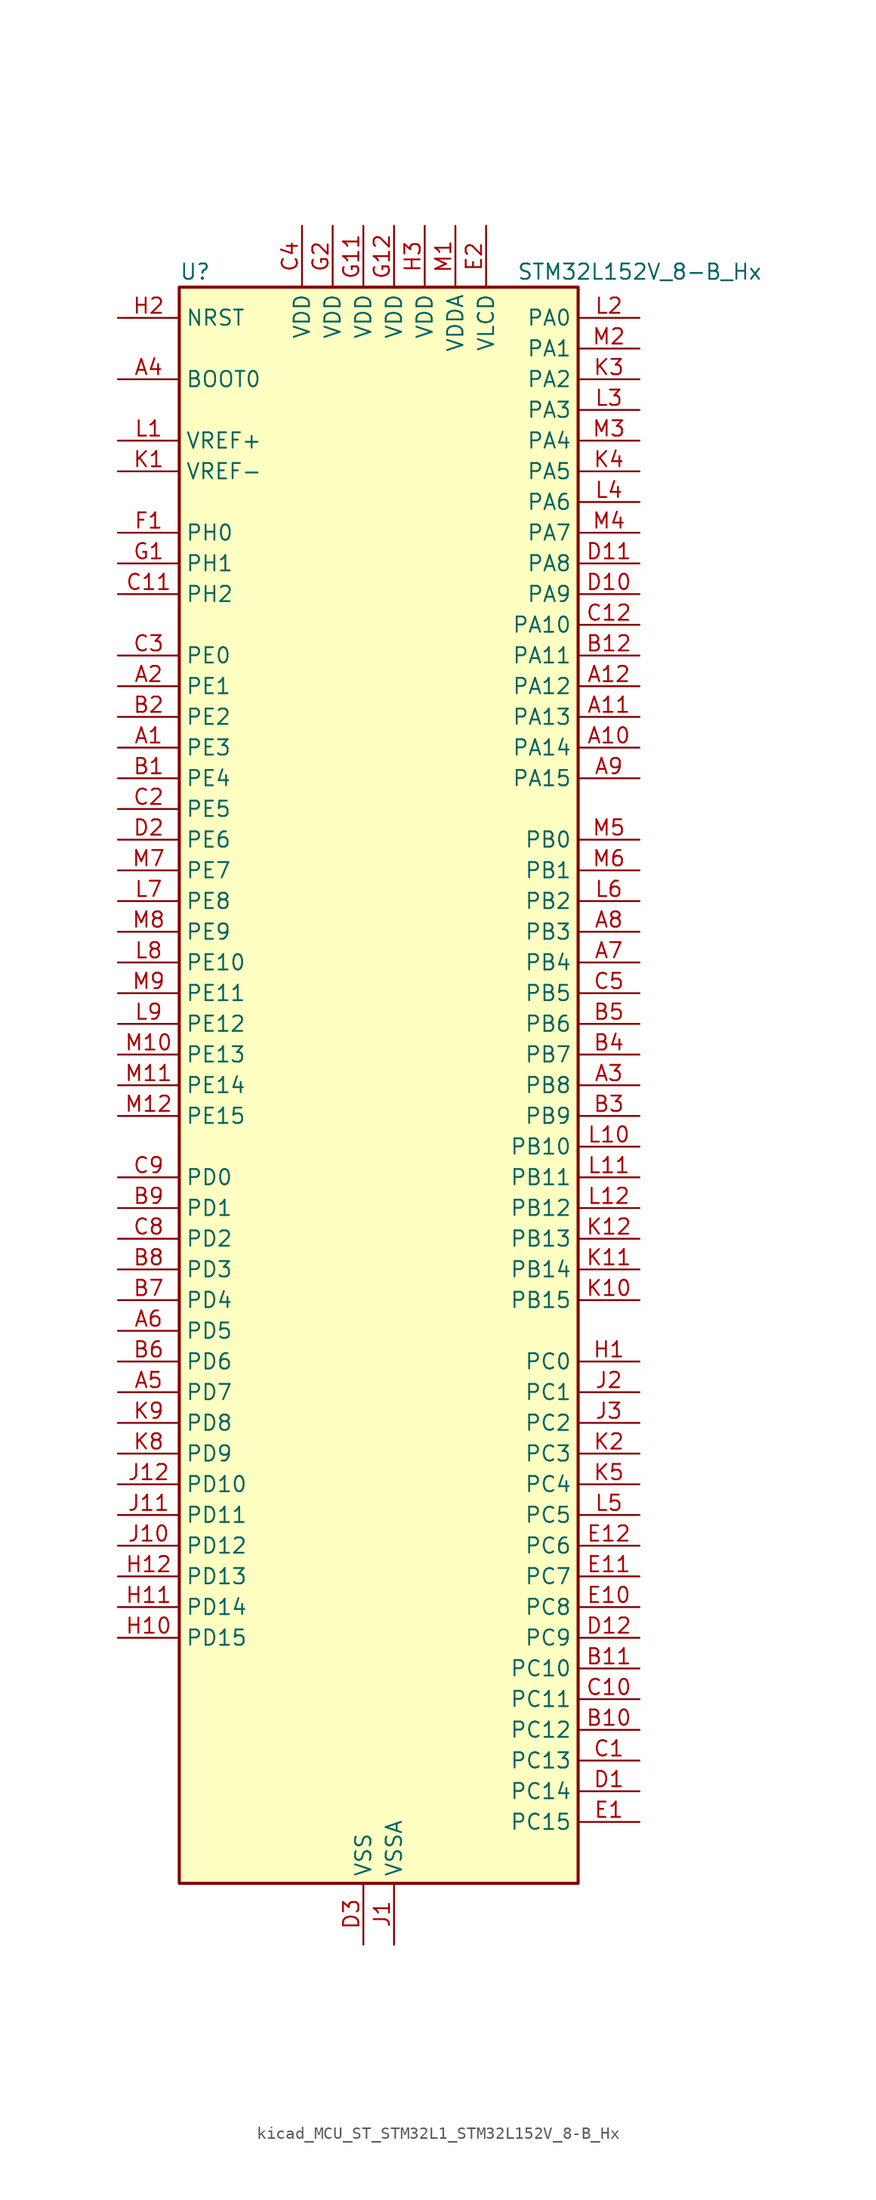
<source format=kicad_sym>
(kicad_symbol_lib
  (version 20220914)
  (generator kicad_symbol_editor)
  (symbol "kicad_MCU_ST_STM32L1_STM32L152V_8-B_Hx"
    (property "Reference" "U"
      (at -15.24 67.31 0)
      (effects (font (size 1.27 1.27)) (justify left)))
    (property "Value" "STM32L152V_8-B_Hx"
      (at 12.7 67.31 0)
      (effects (font (size 1.27 1.27)) (justify left)))
    (property "ki_locked" ""
      (at 0 0 0)
      (effects (font (size 1.27 1.27))))
    (symbol "kicad_MCU_ST_STM32L1_STM32L152V_8-B_Hx_0_1"
      (rectangle (start -15.24 -66.04) (end 17.78 66.04) (stroke (width 0.254) (type default)) (fill (type background))))
    (symbol "kicad_MCU_ST_STM32L1_STM32L152V_8-B_Hx_1_1"
      (pin bidirectional line (at -20.32 27.94 0) (length 5.08) (name "PE3" (effects (font (size 1.27 1.27)))) (number "A1" (effects (font (size 1.27 1.27)))) (alternate "LCD_SEG39" bidirectional line) (alternate "SYS_TRACED0" bidirectional line) (alternate "TIM3_CH1" bidirectional line) (alternate "TIMX_IC4" bidirectional line))
      (pin bidirectional line (at 22.86 27.94 180) (length 5.08) (name "PA14" (effects (font (size 1.27 1.27)))) (number "A10" (effects (font (size 1.27 1.27)))) (alternate "SYS_JTCK-SWCLK" bidirectional line) (alternate "TIMX_IC3" bidirectional line) (alternate "TS_G5_IO2" bidirectional line))
      (pin bidirectional line (at 22.86 30.48 180) (length 5.08) (name "PA13" (effects (font (size 1.27 1.27)))) (number "A11" (effects (font (size 1.27 1.27)))) (alternate "SYS_JTMS-SWDIO" bidirectional line) (alternate "TIMX_IC2" bidirectional line) (alternate "TS_G5_IO1" bidirectional line))
      (pin bidirectional line (at 22.86 33.02 180) (length 5.08) (name "PA12" (effects (font (size 1.27 1.27)))) (number "A12" (effects (font (size 1.27 1.27)))) (alternate "SPI1_MOSI" bidirectional line) (alternate "TIMX_IC1" bidirectional line) (alternate "USART1_RTS" bidirectional line) (alternate "USB_DP" bidirectional line))
      (pin bidirectional line (at -20.32 33.02 0) (length 5.08) (name "PE1" (effects (font (size 1.27 1.27)))) (number "A2" (effects (font (size 1.27 1.27)))) (alternate "LCD_SEG37" bidirectional line) (alternate "TIM11_CH1" bidirectional line) (alternate "TIMX_IC2" bidirectional line))
      (pin bidirectional line (at 22.86 0 180) (length 5.08) (name "PB8" (effects (font (size 1.27 1.27)))) (number "A3" (effects (font (size 1.27 1.27)))) (alternate "I2C1_SCL" bidirectional line) (alternate "LCD_SEG16" bidirectional line) (alternate "TIM10_CH1" bidirectional line) (alternate "TIM4_CH3" bidirectional line))
      (pin input line (at -20.32 58.42 0) (length 5.08) (name "BOOT0" (effects (font (size 1.27 1.27)))) (number "A4" (effects (font (size 1.27 1.27)))))
      (pin bidirectional line (at -20.32 -25.4 0) (length 5.08) (name "PD7" (effects (font (size 1.27 1.27)))) (number "A5" (effects (font (size 1.27 1.27)))) (alternate "TIM9_CH2" bidirectional line) (alternate "TIMX_IC4" bidirectional line) (alternate "USART2_CK" bidirectional line))
      (pin bidirectional line (at -20.32 -20.32 0) (length 5.08) (name "PD5" (effects (font (size 1.27 1.27)))) (number "A6" (effects (font (size 1.27 1.27)))) (alternate "TIMX_IC2" bidirectional line) (alternate "USART2_TX" bidirectional line))
      (pin bidirectional line (at 22.86 10.16 180) (length 5.08) (name "PB4" (effects (font (size 1.27 1.27)))) (number "A7" (effects (font (size 1.27 1.27)))) (alternate "COMP2_INP" bidirectional line) (alternate "LCD_SEG8" bidirectional line) (alternate "SPI1_MISO" bidirectional line) (alternate "SYS_JTRST" bidirectional line) (alternate "TIM3_CH1" bidirectional line) (alternate "TS_G6_IO1" bidirectional line))
      (pin bidirectional line (at 22.86 12.7 180) (length 5.08) (name "PB3" (effects (font (size 1.27 1.27)))) (number "A8" (effects (font (size 1.27 1.27)))) (alternate "COMP2_INM" bidirectional line) (alternate "LCD_SEG7" bidirectional line) (alternate "SPI1_SCK" bidirectional line) (alternate "SYS_JTDO-TRACESWO" bidirectional line) (alternate "TIM2_CH2" bidirectional line))
      (pin bidirectional line (at 22.86 25.4 180) (length 5.08) (name "PA15" (effects (font (size 1.27 1.27)))) (number "A9" (effects (font (size 1.27 1.27)))) (alternate "ADC_EXTI15" bidirectional line) (alternate "LCD_SEG17" bidirectional line) (alternate "SPI1_NSS" bidirectional line) (alternate "SYS_JTDI" bidirectional line) (alternate "TIM2_CH1" bidirectional line) (alternate "TIM2_ETR" bidirectional line) (alternate "TIMX_IC4" bidirectional line) (alternate "TS_G5_IO3" bidirectional line))
      (pin bidirectional line (at -20.32 25.4 0) (length 5.08) (name "PE4" (effects (font (size 1.27 1.27)))) (number "B1" (effects (font (size 1.27 1.27)))) (alternate "SYS_TRACED1" bidirectional line) (alternate "TIM3_CH2" bidirectional line) (alternate "TIMX_IC1" bidirectional line))
      (pin bidirectional line (at 22.86 -53.34 180) (length 5.08) (name "PC12" (effects (font (size 1.27 1.27)))) (number "B10" (effects (font (size 1.27 1.27)))) (alternate "LCD_COM6" bidirectional line) (alternate "LCD_SEG30" bidirectional line) (alternate "LCD_SEG42" bidirectional line) (alternate "TIMX_IC1" bidirectional line) (alternate "USART3_CK" bidirectional line))
      (pin bidirectional line (at 22.86 -48.26 180) (length 5.08) (name "PC10" (effects (font (size 1.27 1.27)))) (number "B11" (effects (font (size 1.27 1.27)))) (alternate "LCD_COM4" bidirectional line) (alternate "LCD_SEG28" bidirectional line) (alternate "LCD_SEG40" bidirectional line) (alternate "TIMX_IC3" bidirectional line) (alternate "USART3_TX" bidirectional line))
      (pin bidirectional line (at 22.86 35.56 180) (length 5.08) (name "PA11" (effects (font (size 1.27 1.27)))) (number "B12" (effects (font (size 1.27 1.27)))) (alternate "ADC_EXTI11" bidirectional line) (alternate "SPI1_MISO" bidirectional line) (alternate "TIMX_IC4" bidirectional line) (alternate "USART1_CTS" bidirectional line) (alternate "USB_DM" bidirectional line))
      (pin bidirectional line (at -20.32 30.48 0) (length 5.08) (name "PE2" (effects (font (size 1.27 1.27)))) (number "B2" (effects (font (size 1.27 1.27)))) (alternate "LCD_SEG38" bidirectional line) (alternate "SYS_TRACECK" bidirectional line) (alternate "TIM3_ETR" bidirectional line) (alternate "TIMX_IC3" bidirectional line))
      (pin bidirectional line (at 22.86 -2.54 180) (length 5.08) (name "PB9" (effects (font (size 1.27 1.27)))) (number "B3" (effects (font (size 1.27 1.27)))) (alternate "DAC_EXTI9" bidirectional line) (alternate "I2C1_SDA" bidirectional line) (alternate "LCD_COM3" bidirectional line) (alternate "TIM11_CH1" bidirectional line) (alternate "TIM4_CH4" bidirectional line))
      (pin bidirectional line (at 22.86 2.54 180) (length 5.08) (name "PB7" (effects (font (size 1.27 1.27)))) (number "B4" (effects (font (size 1.27 1.27)))) (alternate "I2C1_SDA" bidirectional line) (alternate "SYS_PVD_IN" bidirectional line) (alternate "TIM4_CH2" bidirectional line) (alternate "USART1_RX" bidirectional line))
      (pin bidirectional line (at 22.86 5.08 180) (length 5.08) (name "PB6" (effects (font (size 1.27 1.27)))) (number "B5" (effects (font (size 1.27 1.27)))) (alternate "I2C1_SCL" bidirectional line) (alternate "TIM4_CH1" bidirectional line) (alternate "USART1_TX" bidirectional line))
      (pin bidirectional line (at -20.32 -22.86 0) (length 5.08) (name "PD6" (effects (font (size 1.27 1.27)))) (number "B6" (effects (font (size 1.27 1.27)))) (alternate "TIMX_IC3" bidirectional line) (alternate "USART2_RX" bidirectional line))
      (pin bidirectional line (at -20.32 -17.78 0) (length 5.08) (name "PD4" (effects (font (size 1.27 1.27)))) (number "B7" (effects (font (size 1.27 1.27)))) (alternate "SPI2_MOSI" bidirectional line) (alternate "TIMX_IC1" bidirectional line) (alternate "USART2_RTS" bidirectional line))
      (pin bidirectional line (at -20.32 -15.24 0) (length 5.08) (name "PD3" (effects (font (size 1.27 1.27)))) (number "B8" (effects (font (size 1.27 1.27)))) (alternate "SPI2_MISO" bidirectional line) (alternate "TIMX_IC4" bidirectional line) (alternate "USART2_CTS" bidirectional line))
      (pin bidirectional line (at -20.32 -10.16 0) (length 5.08) (name "PD1" (effects (font (size 1.27 1.27)))) (number "B9" (effects (font (size 1.27 1.27)))) (alternate "SPI2_SCK" bidirectional line) (alternate "TIMX_IC2" bidirectional line))
      (pin bidirectional line (at 22.86 -55.88 180) (length 5.08) (name "PC13" (effects (font (size 1.27 1.27)))) (number "C1" (effects (font (size 1.27 1.27)))) (alternate "RTC_OUT_ALARM" bidirectional line) (alternate "RTC_OUT_CALIB" bidirectional line) (alternate "RTC_TAMP1" bidirectional line) (alternate "RTC_TS" bidirectional line) (alternate "SYS_WKUP2" bidirectional line) (alternate "TIMX_IC2" bidirectional line))
      (pin bidirectional line (at 22.86 -50.8 180) (length 5.08) (name "PC11" (effects (font (size 1.27 1.27)))) (number "C10" (effects (font (size 1.27 1.27)))) (alternate "ADC_EXTI11" bidirectional line) (alternate "LCD_COM5" bidirectional line) (alternate "LCD_SEG29" bidirectional line) (alternate "LCD_SEG41" bidirectional line) (alternate "TIMX_IC4" bidirectional line) (alternate "USART3_RX" bidirectional line))
      (pin bidirectional line (at -20.32 40.64 0) (length 5.08) (name "PH2" (effects (font (size 1.27 1.27)))) (number "C11" (effects (font (size 1.27 1.27)))))
      (pin bidirectional line (at 22.86 38.1 180) (length 5.08) (name "PA10" (effects (font (size 1.27 1.27)))) (number "C12" (effects (font (size 1.27 1.27)))) (alternate "LCD_COM2" bidirectional line) (alternate "TIMX_IC3" bidirectional line) (alternate "TS_G4_IO3" bidirectional line) (alternate "USART1_RX" bidirectional line))
      (pin bidirectional line (at -20.32 22.86 0) (length 5.08) (name "PE5" (effects (font (size 1.27 1.27)))) (number "C2" (effects (font (size 1.27 1.27)))) (alternate "SYS_TRACED2" bidirectional line) (alternate "TIM9_CH1" bidirectional line) (alternate "TIMX_IC2" bidirectional line))
      (pin bidirectional line (at -20.32 35.56 0) (length 5.08) (name "PE0" (effects (font (size 1.27 1.27)))) (number "C3" (effects (font (size 1.27 1.27)))) (alternate "LCD_SEG36" bidirectional line) (alternate "TIM10_CH1" bidirectional line) (alternate "TIM4_ETR" bidirectional line) (alternate "TIMX_IC1" bidirectional line))
      (pin power_in line (at -5.08 71.12 270) (length 5.08) (name "VDD" (effects (font (size 1.27 1.27)))) (number "C4" (effects (font (size 1.27 1.27)))))
      (pin bidirectional line (at 22.86 7.62 180) (length 5.08) (name "PB5" (effects (font (size 1.27 1.27)))) (number "C5" (effects (font (size 1.27 1.27)))) (alternate "COMP2_INP" bidirectional line) (alternate "I2C1_SMBA" bidirectional line) (alternate "LCD_SEG9" bidirectional line) (alternate "SPI1_MOSI" bidirectional line) (alternate "TIM3_CH2" bidirectional line) (alternate "TS_G6_IO2" bidirectional line))
      (pin bidirectional line (at -20.32 -12.7 0) (length 5.08) (name "PD2" (effects (font (size 1.27 1.27)))) (number "C8" (effects (font (size 1.27 1.27)))) (alternate "LCD_COM7" bidirectional line) (alternate "LCD_SEG31" bidirectional line) (alternate "LCD_SEG43" bidirectional line) (alternate "TIM3_ETR" bidirectional line) (alternate "TIMX_IC3" bidirectional line))
      (pin bidirectional line (at -20.32 -7.62 0) (length 5.08) (name "PD0" (effects (font (size 1.27 1.27)))) (number "C9" (effects (font (size 1.27 1.27)))) (alternate "SPI2_NSS" bidirectional line) (alternate "TIM9_CH1" bidirectional line) (alternate "TIMX_IC1" bidirectional line))
      (pin bidirectional line (at 22.86 -58.42 180) (length 5.08) (name "PC14" (effects (font (size 1.27 1.27)))) (number "D1" (effects (font (size 1.27 1.27)))) (alternate "RCC_OSC32_IN" bidirectional line) (alternate "TIMX_IC3" bidirectional line))
      (pin bidirectional line (at 22.86 40.64 180) (length 5.08) (name "PA9" (effects (font (size 1.27 1.27)))) (number "D10" (effects (font (size 1.27 1.27)))) (alternate "DAC_EXTI9" bidirectional line) (alternate "LCD_COM1" bidirectional line) (alternate "TIMX_IC2" bidirectional line) (alternate "TS_G4_IO2" bidirectional line) (alternate "USART1_TX" bidirectional line))
      (pin bidirectional line (at 22.86 43.18 180) (length 5.08) (name "PA8" (effects (font (size 1.27 1.27)))) (number "D11" (effects (font (size 1.27 1.27)))) (alternate "LCD_COM0" bidirectional line) (alternate "RCC_MCO" bidirectional line) (alternate "TIMX_IC1" bidirectional line) (alternate "TS_G4_IO1" bidirectional line) (alternate "USART1_CK" bidirectional line))
      (pin bidirectional line (at 22.86 -45.72 180) (length 5.08) (name "PC9" (effects (font (size 1.27 1.27)))) (number "D12" (effects (font (size 1.27 1.27)))) (alternate "DAC_EXTI9" bidirectional line) (alternate "LCD_SEG27" bidirectional line) (alternate "TIM3_CH4" bidirectional line) (alternate "TIMX_IC2" bidirectional line) (alternate "TS_G10_IO4" bidirectional line))
      (pin bidirectional line (at -20.32 20.32 0) (length 5.08) (name "PE6" (effects (font (size 1.27 1.27)))) (number "D2" (effects (font (size 1.27 1.27)))) (alternate "SYS_TRACED3" bidirectional line) (alternate "SYS_WKUP3" bidirectional line) (alternate "TIM9_CH2" bidirectional line) (alternate "TIMX_IC3" bidirectional line))
      (pin power_in line (at 0 -71.12 90) (length 5.08) (name "VSS" (effects (font (size 1.27 1.27)))) (number "D3" (effects (font (size 1.27 1.27)))))
      (pin bidirectional line (at 22.86 -60.96 180) (length 5.08) (name "PC15" (effects (font (size 1.27 1.27)))) (number "E1" (effects (font (size 1.27 1.27)))) (alternate "ADC_EXTI15" bidirectional line) (alternate "RCC_OSC32_OUT" bidirectional line) (alternate "TIMX_IC4" bidirectional line))
      (pin bidirectional line (at 22.86 -43.18 180) (length 5.08) (name "PC8" (effects (font (size 1.27 1.27)))) (number "E10" (effects (font (size 1.27 1.27)))) (alternate "LCD_SEG26" bidirectional line) (alternate "TIM3_CH3" bidirectional line) (alternate "TIMX_IC1" bidirectional line) (alternate "TS_G10_IO3" bidirectional line))
      (pin bidirectional line (at 22.86 -40.64 180) (length 5.08) (name "PC7" (effects (font (size 1.27 1.27)))) (number "E11" (effects (font (size 1.27 1.27)))) (alternate "LCD_SEG25" bidirectional line) (alternate "TIM3_CH2" bidirectional line) (alternate "TIMX_IC4" bidirectional line) (alternate "TS_G10_IO2" bidirectional line))
      (pin bidirectional line (at 22.86 -38.1 180) (length 5.08) (name "PC6" (effects (font (size 1.27 1.27)))) (number "E12" (effects (font (size 1.27 1.27)))) (alternate "LCD_SEG24" bidirectional line) (alternate "TIM3_CH1" bidirectional line) (alternate "TIMX_IC3" bidirectional line) (alternate "TS_G10_IO1" bidirectional line))
      (pin power_in line (at 10.16 71.12 270) (length 5.08) (name "VLCD" (effects (font (size 1.27 1.27)))) (number "E2" (effects (font (size 1.27 1.27)))))
      (pin passive line (at 0 -71.12 90) (length 5.08) hide (name "VSS" (effects (font (size 1.27 1.27)))) (number "E3" (effects (font (size 1.27 1.27)))))
      (pin bidirectional line (at -20.32 45.72 0) (length 5.08) (name "PH0" (effects (font (size 1.27 1.27)))) (number "F1" (effects (font (size 1.27 1.27)))) (alternate "RCC_OSC_IN" bidirectional line))
      (pin passive line (at 0 -71.12 90) (length 5.08) hide (name "VSS" (effects (font (size 1.27 1.27)))) (number "F11" (effects (font (size 1.27 1.27)))))
      (pin passive line (at 0 -71.12 90) (length 5.08) hide (name "VSS" (effects (font (size 1.27 1.27)))) (number "F12" (effects (font (size 1.27 1.27)))))
      (pin passive line (at 0 -71.12 90) (length 5.08) hide (name "VSS" (effects (font (size 1.27 1.27)))) (number "F2" (effects (font (size 1.27 1.27)))))
      (pin bidirectional line (at -20.32 43.18 0) (length 5.08) (name "PH1" (effects (font (size 1.27 1.27)))) (number "G1" (effects (font (size 1.27 1.27)))) (alternate "RCC_OSC_OUT" bidirectional line))
      (pin power_in line (at 0 71.12 270) (length 5.08) (name "VDD" (effects (font (size 1.27 1.27)))) (number "G11" (effects (font (size 1.27 1.27)))))
      (pin power_in line (at 2.54 71.12 270) (length 5.08) (name "VDD" (effects (font (size 1.27 1.27)))) (number "G12" (effects (font (size 1.27 1.27)))))
      (pin power_in line (at -2.54 71.12 270) (length 5.08) (name "VDD" (effects (font (size 1.27 1.27)))) (number "G2" (effects (font (size 1.27 1.27)))))
      (pin bidirectional line (at 22.86 -22.86 180) (length 5.08) (name "PC0" (effects (font (size 1.27 1.27)))) (number "H1" (effects (font (size 1.27 1.27)))) (alternate "ADC_IN10" bidirectional line) (alternate "COMP1_INP" bidirectional line) (alternate "LCD_SEG18" bidirectional line) (alternate "TIMX_IC1" bidirectional line) (alternate "TS_G8_IO1" bidirectional line))
      (pin bidirectional line (at -20.32 -45.72 0) (length 5.08) (name "PD15" (effects (font (size 1.27 1.27)))) (number "H10" (effects (font (size 1.27 1.27)))) (alternate "ADC_EXTI15" bidirectional line) (alternate "LCD_SEG35" bidirectional line) (alternate "TIM4_CH4" bidirectional line) (alternate "TIMX_IC4" bidirectional line))
      (pin bidirectional line (at -20.32 -43.18 0) (length 5.08) (name "PD14" (effects (font (size 1.27 1.27)))) (number "H11" (effects (font (size 1.27 1.27)))) (alternate "LCD_SEG34" bidirectional line) (alternate "TIM4_CH3" bidirectional line) (alternate "TIMX_IC3" bidirectional line))
      (pin bidirectional line (at -20.32 -40.64 0) (length 5.08) (name "PD13" (effects (font (size 1.27 1.27)))) (number "H12" (effects (font (size 1.27 1.27)))) (alternate "LCD_SEG33" bidirectional line) (alternate "TIM4_CH2" bidirectional line) (alternate "TIMX_IC2" bidirectional line))
      (pin input line (at -20.32 63.5 0) (length 5.08) (name "NRST" (effects (font (size 1.27 1.27)))) (number "H2" (effects (font (size 1.27 1.27)))))
      (pin power_in line (at 5.08 71.12 270) (length 5.08) (name "VDD" (effects (font (size 1.27 1.27)))) (number "H3" (effects (font (size 1.27 1.27)))))
      (pin power_in line (at 2.54 -71.12 90) (length 5.08) (name "VSSA" (effects (font (size 1.27 1.27)))) (number "J1" (effects (font (size 1.27 1.27)))))
      (pin bidirectional line (at -20.32 -38.1 0) (length 5.08) (name "PD12" (effects (font (size 1.27 1.27)))) (number "J10" (effects (font (size 1.27 1.27)))) (alternate "LCD_SEG32" bidirectional line) (alternate "TIM4_CH1" bidirectional line) (alternate "TIMX_IC1" bidirectional line) (alternate "USART3_RTS" bidirectional line))
      (pin bidirectional line (at -20.32 -35.56 0) (length 5.08) (name "PD11" (effects (font (size 1.27 1.27)))) (number "J11" (effects (font (size 1.27 1.27)))) (alternate "ADC_EXTI11" bidirectional line) (alternate "LCD_SEG31" bidirectional line) (alternate "TIMX_IC4" bidirectional line) (alternate "USART3_CTS" bidirectional line))
      (pin bidirectional line (at -20.32 -33.02 0) (length 5.08) (name "PD10" (effects (font (size 1.27 1.27)))) (number "J12" (effects (font (size 1.27 1.27)))) (alternate "LCD_SEG30" bidirectional line) (alternate "TIMX_IC3" bidirectional line) (alternate "USART3_CK" bidirectional line))
      (pin bidirectional line (at 22.86 -25.4 180) (length 5.08) (name "PC1" (effects (font (size 1.27 1.27)))) (number "J2" (effects (font (size 1.27 1.27)))) (alternate "ADC_IN11" bidirectional line) (alternate "COMP1_INP" bidirectional line) (alternate "LCD_SEG19" bidirectional line) (alternate "TIMX_IC2" bidirectional line) (alternate "TS_G8_IO2" bidirectional line))
      (pin bidirectional line (at 22.86 -27.94 180) (length 5.08) (name "PC2" (effects (font (size 1.27 1.27)))) (number "J3" (effects (font (size 1.27 1.27)))) (alternate "ADC_IN12" bidirectional line) (alternate "COMP1_INP" bidirectional line) (alternate "LCD_SEG20" bidirectional line) (alternate "TIMX_IC3" bidirectional line) (alternate "TS_G8_IO3" bidirectional line))
      (pin input line (at -20.32 50.8 0) (length 5.08) (name "VREF-" (effects (font (size 1.27 1.27)))) (number "K1" (effects (font (size 1.27 1.27)))))
      (pin bidirectional line (at 22.86 -17.78 180) (length 5.08) (name "PB15" (effects (font (size 1.27 1.27)))) (number "K10" (effects (font (size 1.27 1.27)))) (alternate "ADC_EXTI15" bidirectional line) (alternate "ADC_IN21" bidirectional line) (alternate "COMP1_INP" bidirectional line) (alternate "LCD_SEG15" bidirectional line) (alternate "RTC_REFIN" bidirectional line) (alternate "SPI2_MOSI" bidirectional line) (alternate "TIM11_CH1" bidirectional line) (alternate "TS_G7_IO4" bidirectional line))
      (pin bidirectional line (at 22.86 -15.24 180) (length 5.08) (name "PB14" (effects (font (size 1.27 1.27)))) (number "K11" (effects (font (size 1.27 1.27)))) (alternate "ADC_IN20" bidirectional line) (alternate "COMP1_INP" bidirectional line) (alternate "LCD_SEG14" bidirectional line) (alternate "SPI2_MISO" bidirectional line) (alternate "TIM9_CH2" bidirectional line) (alternate "TS_G7_IO3" bidirectional line) (alternate "USART3_RTS" bidirectional line))
      (pin bidirectional line (at 22.86 -12.7 180) (length 5.08) (name "PB13" (effects (font (size 1.27 1.27)))) (number "K12" (effects (font (size 1.27 1.27)))) (alternate "ADC_IN19" bidirectional line) (alternate "COMP1_INP" bidirectional line) (alternate "LCD_SEG13" bidirectional line) (alternate "SPI2_SCK" bidirectional line) (alternate "TIM9_CH1" bidirectional line) (alternate "TS_G7_IO2" bidirectional line) (alternate "USART3_CTS" bidirectional line))
      (pin bidirectional line (at 22.86 -30.48 180) (length 5.08) (name "PC3" (effects (font (size 1.27 1.27)))) (number "K2" (effects (font (size 1.27 1.27)))) (alternate "ADC_IN13" bidirectional line) (alternate "COMP1_INP" bidirectional line) (alternate "LCD_SEG21" bidirectional line) (alternate "TIMX_IC4" bidirectional line) (alternate "TS_G8_IO4" bidirectional line))
      (pin bidirectional line (at 22.86 58.42 180) (length 5.08) (name "PA2" (effects (font (size 1.27 1.27)))) (number "K3" (effects (font (size 1.27 1.27)))) (alternate "ADC_IN2" bidirectional line) (alternate "COMP1_INP" bidirectional line) (alternate "LCD_SEG1" bidirectional line) (alternate "TIM2_CH3" bidirectional line) (alternate "TIM9_CH1" bidirectional line) (alternate "TIMX_IC3" bidirectional line) (alternate "TS_G1_IO3" bidirectional line) (alternate "USART2_TX" bidirectional line))
      (pin bidirectional line (at 22.86 50.8 180) (length 5.08) (name "PA5" (effects (font (size 1.27 1.27)))) (number "K4" (effects (font (size 1.27 1.27)))) (alternate "ADC_IN5" bidirectional line) (alternate "COMP1_INP" bidirectional line) (alternate "DAC_OUT2" bidirectional line) (alternate "SPI1_SCK" bidirectional line) (alternate "TIM2_CH1" bidirectional line) (alternate "TIM2_ETR" bidirectional line) (alternate "TIMX_IC2" bidirectional line))
      (pin bidirectional line (at 22.86 -33.02 180) (length 5.08) (name "PC4" (effects (font (size 1.27 1.27)))) (number "K5" (effects (font (size 1.27 1.27)))) (alternate "ADC_IN14" bidirectional line) (alternate "COMP1_INP" bidirectional line) (alternate "LCD_SEG22" bidirectional line) (alternate "TIMX_IC1" bidirectional line) (alternate "TS_G9_IO1" bidirectional line))
      (pin bidirectional line (at -20.32 -30.48 0) (length 5.08) (name "PD9" (effects (font (size 1.27 1.27)))) (number "K8" (effects (font (size 1.27 1.27)))) (alternate "DAC_EXTI9" bidirectional line) (alternate "LCD_SEG29" bidirectional line) (alternate "TIMX_IC2" bidirectional line) (alternate "USART3_RX" bidirectional line))
      (pin bidirectional line (at -20.32 -27.94 0) (length 5.08) (name "PD8" (effects (font (size 1.27 1.27)))) (number "K9" (effects (font (size 1.27 1.27)))) (alternate "LCD_SEG28" bidirectional line) (alternate "TIMX_IC1" bidirectional line) (alternate "USART3_TX" bidirectional line))
      (pin input line (at -20.32 53.34 0) (length 5.08) (name "VREF+" (effects (font (size 1.27 1.27)))) (number "L1" (effects (font (size 1.27 1.27)))))
      (pin bidirectional line (at 22.86 -5.08 180) (length 5.08) (name "PB10" (effects (font (size 1.27 1.27)))) (number "L10" (effects (font (size 1.27 1.27)))) (alternate "I2C2_SCL" bidirectional line) (alternate "LCD_SEG10" bidirectional line) (alternate "TIM2_CH3" bidirectional line) (alternate "USART3_TX" bidirectional line))
      (pin bidirectional line (at 22.86 -7.62 180) (length 5.08) (name "PB11" (effects (font (size 1.27 1.27)))) (number "L11" (effects (font (size 1.27 1.27)))) (alternate "ADC_EXTI11" bidirectional line) (alternate "I2C2_SDA" bidirectional line) (alternate "LCD_SEG11" bidirectional line) (alternate "TIM2_CH4" bidirectional line) (alternate "USART3_RX" bidirectional line))
      (pin bidirectional line (at 22.86 -10.16 180) (length 5.08) (name "PB12" (effects (font (size 1.27 1.27)))) (number "L12" (effects (font (size 1.27 1.27)))) (alternate "ADC_IN18" bidirectional line) (alternate "COMP1_INP" bidirectional line) (alternate "I2C2_SMBA" bidirectional line) (alternate "LCD_SEG12" bidirectional line) (alternate "SPI2_NSS" bidirectional line) (alternate "TIM10_CH1" bidirectional line) (alternate "TS_G7_IO1" bidirectional line) (alternate "USART3_CK" bidirectional line))
      (pin bidirectional line (at 22.86 63.5 180) (length 5.08) (name "PA0" (effects (font (size 1.27 1.27)))) (number "L2" (effects (font (size 1.27 1.27)))) (alternate "ADC_IN0" bidirectional line) (alternate "COMP1_INP" bidirectional line) (alternate "SYS_WKUP1" bidirectional line) (alternate "TIM2_CH1" bidirectional line) (alternate "TIM2_ETR" bidirectional line) (alternate "TIMX_IC1" bidirectional line) (alternate "TS_G1_IO1" bidirectional line) (alternate "USART2_CTS" bidirectional line))
      (pin bidirectional line (at 22.86 55.88 180) (length 5.08) (name "PA3" (effects (font (size 1.27 1.27)))) (number "L3" (effects (font (size 1.27 1.27)))) (alternate "ADC_IN3" bidirectional line) (alternate "COMP1_INP" bidirectional line) (alternate "LCD_SEG2" bidirectional line) (alternate "TIM2_CH4" bidirectional line) (alternate "TIM9_CH2" bidirectional line) (alternate "TIMX_IC4" bidirectional line) (alternate "TS_G1_IO4" bidirectional line) (alternate "USART2_RX" bidirectional line))
      (pin bidirectional line (at 22.86 48.26 180) (length 5.08) (name "PA6" (effects (font (size 1.27 1.27)))) (number "L4" (effects (font (size 1.27 1.27)))) (alternate "ADC_IN6" bidirectional line) (alternate "COMP1_INP" bidirectional line) (alternate "LCD_SEG3" bidirectional line) (alternate "SPI1_MISO" bidirectional line) (alternate "TIM10_CH1" bidirectional line) (alternate "TIM3_CH1" bidirectional line) (alternate "TIMX_IC3" bidirectional line) (alternate "TS_G2_IO1" bidirectional line))
      (pin bidirectional line (at 22.86 -35.56 180) (length 5.08) (name "PC5" (effects (font (size 1.27 1.27)))) (number "L5" (effects (font (size 1.27 1.27)))) (alternate "ADC_IN15" bidirectional line) (alternate "COMP1_INP" bidirectional line) (alternate "LCD_SEG23" bidirectional line) (alternate "TIMX_IC2" bidirectional line) (alternate "TS_G9_IO2" bidirectional line))
      (pin bidirectional line (at 22.86 15.24 180) (length 5.08) (name "PB2" (effects (font (size 1.27 1.27)))) (number "L6" (effects (font (size 1.27 1.27)))))
      (pin bidirectional line (at -20.32 15.24 0) (length 5.08) (name "PE8" (effects (font (size 1.27 1.27)))) (number "L7" (effects (font (size 1.27 1.27)))) (alternate "ADC_IN23" bidirectional line) (alternate "COMP1_INP" bidirectional line) (alternate "TIMX_IC1" bidirectional line))
      (pin bidirectional line (at -20.32 10.16 0) (length 5.08) (name "PE10" (effects (font (size 1.27 1.27)))) (number "L8" (effects (font (size 1.27 1.27)))) (alternate "ADC_IN25" bidirectional line) (alternate "COMP1_INP" bidirectional line) (alternate "TIM2_CH2" bidirectional line) (alternate "TIMX_IC3" bidirectional line))
      (pin bidirectional line (at -20.32 5.08 0) (length 5.08) (name "PE12" (effects (font (size 1.27 1.27)))) (number "L9" (effects (font (size 1.27 1.27)))) (alternate "SPI1_NSS" bidirectional line) (alternate "TIM2_CH4" bidirectional line) (alternate "TIMX_IC1" bidirectional line))
      (pin power_in line (at 7.62 71.12 270) (length 5.08) (name "VDDA" (effects (font (size 1.27 1.27)))) (number "M1" (effects (font (size 1.27 1.27)))))
      (pin bidirectional line (at -20.32 2.54 0) (length 5.08) (name "PE13" (effects (font (size 1.27 1.27)))) (number "M10" (effects (font (size 1.27 1.27)))) (alternate "SPI1_SCK" bidirectional line) (alternate "TIMX_IC2" bidirectional line))
      (pin bidirectional line (at -20.32 0 0) (length 5.08) (name "PE14" (effects (font (size 1.27 1.27)))) (number "M11" (effects (font (size 1.27 1.27)))) (alternate "SPI1_MISO" bidirectional line) (alternate "TIMX_IC3" bidirectional line))
      (pin bidirectional line (at -20.32 -2.54 0) (length 5.08) (name "PE15" (effects (font (size 1.27 1.27)))) (number "M12" (effects (font (size 1.27 1.27)))) (alternate "ADC_EXTI15" bidirectional line) (alternate "SPI1_MOSI" bidirectional line) (alternate "TIMX_IC4" bidirectional line))
      (pin bidirectional line (at 22.86 60.96 180) (length 5.08) (name "PA1" (effects (font (size 1.27 1.27)))) (number "M2" (effects (font (size 1.27 1.27)))) (alternate "ADC_IN1" bidirectional line) (alternate "COMP1_INP" bidirectional line) (alternate "LCD_SEG0" bidirectional line) (alternate "TIM2_CH2" bidirectional line) (alternate "TIMX_IC2" bidirectional line) (alternate "TS_G1_IO2" bidirectional line) (alternate "USART2_RTS" bidirectional line))
      (pin bidirectional line (at 22.86 53.34 180) (length 5.08) (name "PA4" (effects (font (size 1.27 1.27)))) (number "M3" (effects (font (size 1.27 1.27)))) (alternate "ADC_IN4" bidirectional line) (alternate "COMP1_INP" bidirectional line) (alternate "DAC_OUT1" bidirectional line) (alternate "SPI1_NSS" bidirectional line) (alternate "TIMX_IC1" bidirectional line) (alternate "USART2_CK" bidirectional line))
      (pin bidirectional line (at 22.86 45.72 180) (length 5.08) (name "PA7" (effects (font (size 1.27 1.27)))) (number "M4" (effects (font (size 1.27 1.27)))) (alternate "ADC_IN7" bidirectional line) (alternate "COMP1_INP" bidirectional line) (alternate "LCD_SEG4" bidirectional line) (alternate "SPI1_MOSI" bidirectional line) (alternate "TIM11_CH1" bidirectional line) (alternate "TIM3_CH2" bidirectional line) (alternate "TIMX_IC4" bidirectional line) (alternate "TS_G2_IO2" bidirectional line))
      (pin bidirectional line (at 22.86 20.32 180) (length 5.08) (name "PB0" (effects (font (size 1.27 1.27)))) (number "M5" (effects (font (size 1.27 1.27)))) (alternate "ADC_IN8" bidirectional line) (alternate "COMP1_INP" bidirectional line) (alternate "LCD_SEG5" bidirectional line) (alternate "SYS_V_REF_OUT" bidirectional line) (alternate "TIM3_CH3" bidirectional line) (alternate "TS_G3_IO1" bidirectional line))
      (pin bidirectional line (at 22.86 17.78 180) (length 5.08) (name "PB1" (effects (font (size 1.27 1.27)))) (number "M6" (effects (font (size 1.27 1.27)))) (alternate "ADC_IN9" bidirectional line) (alternate "COMP1_INP" bidirectional line) (alternate "LCD_SEG6" bidirectional line) (alternate "SYS_V_REF_OUT" bidirectional line) (alternate "TIM3_CH4" bidirectional line) (alternate "TS_G3_IO2" bidirectional line))
      (pin bidirectional line (at -20.32 17.78 0) (length 5.08) (name "PE7" (effects (font (size 1.27 1.27)))) (number "M7" (effects (font (size 1.27 1.27)))) (alternate "ADC_IN22" bidirectional line) (alternate "COMP1_INP" bidirectional line) (alternate "TIMX_IC4" bidirectional line))
      (pin bidirectional line (at -20.32 12.7 0) (length 5.08) (name "PE9" (effects (font (size 1.27 1.27)))) (number "M8" (effects (font (size 1.27 1.27)))) (alternate "ADC_IN24" bidirectional line) (alternate "COMP1_INP" bidirectional line) (alternate "DAC_EXTI9" bidirectional line) (alternate "TIM2_CH1" bidirectional line) (alternate "TIM2_ETR" bidirectional line) (alternate "TIMX_IC2" bidirectional line))
      (pin bidirectional line (at -20.32 7.62 0) (length 5.08) (name "PE11" (effects (font (size 1.27 1.27)))) (number "M9" (effects (font (size 1.27 1.27)))) (alternate "ADC_EXTI11" bidirectional line) (alternate "TIM2_CH3" bidirectional line) (alternate "TIMX_IC4" bidirectional line)))))
</source>
